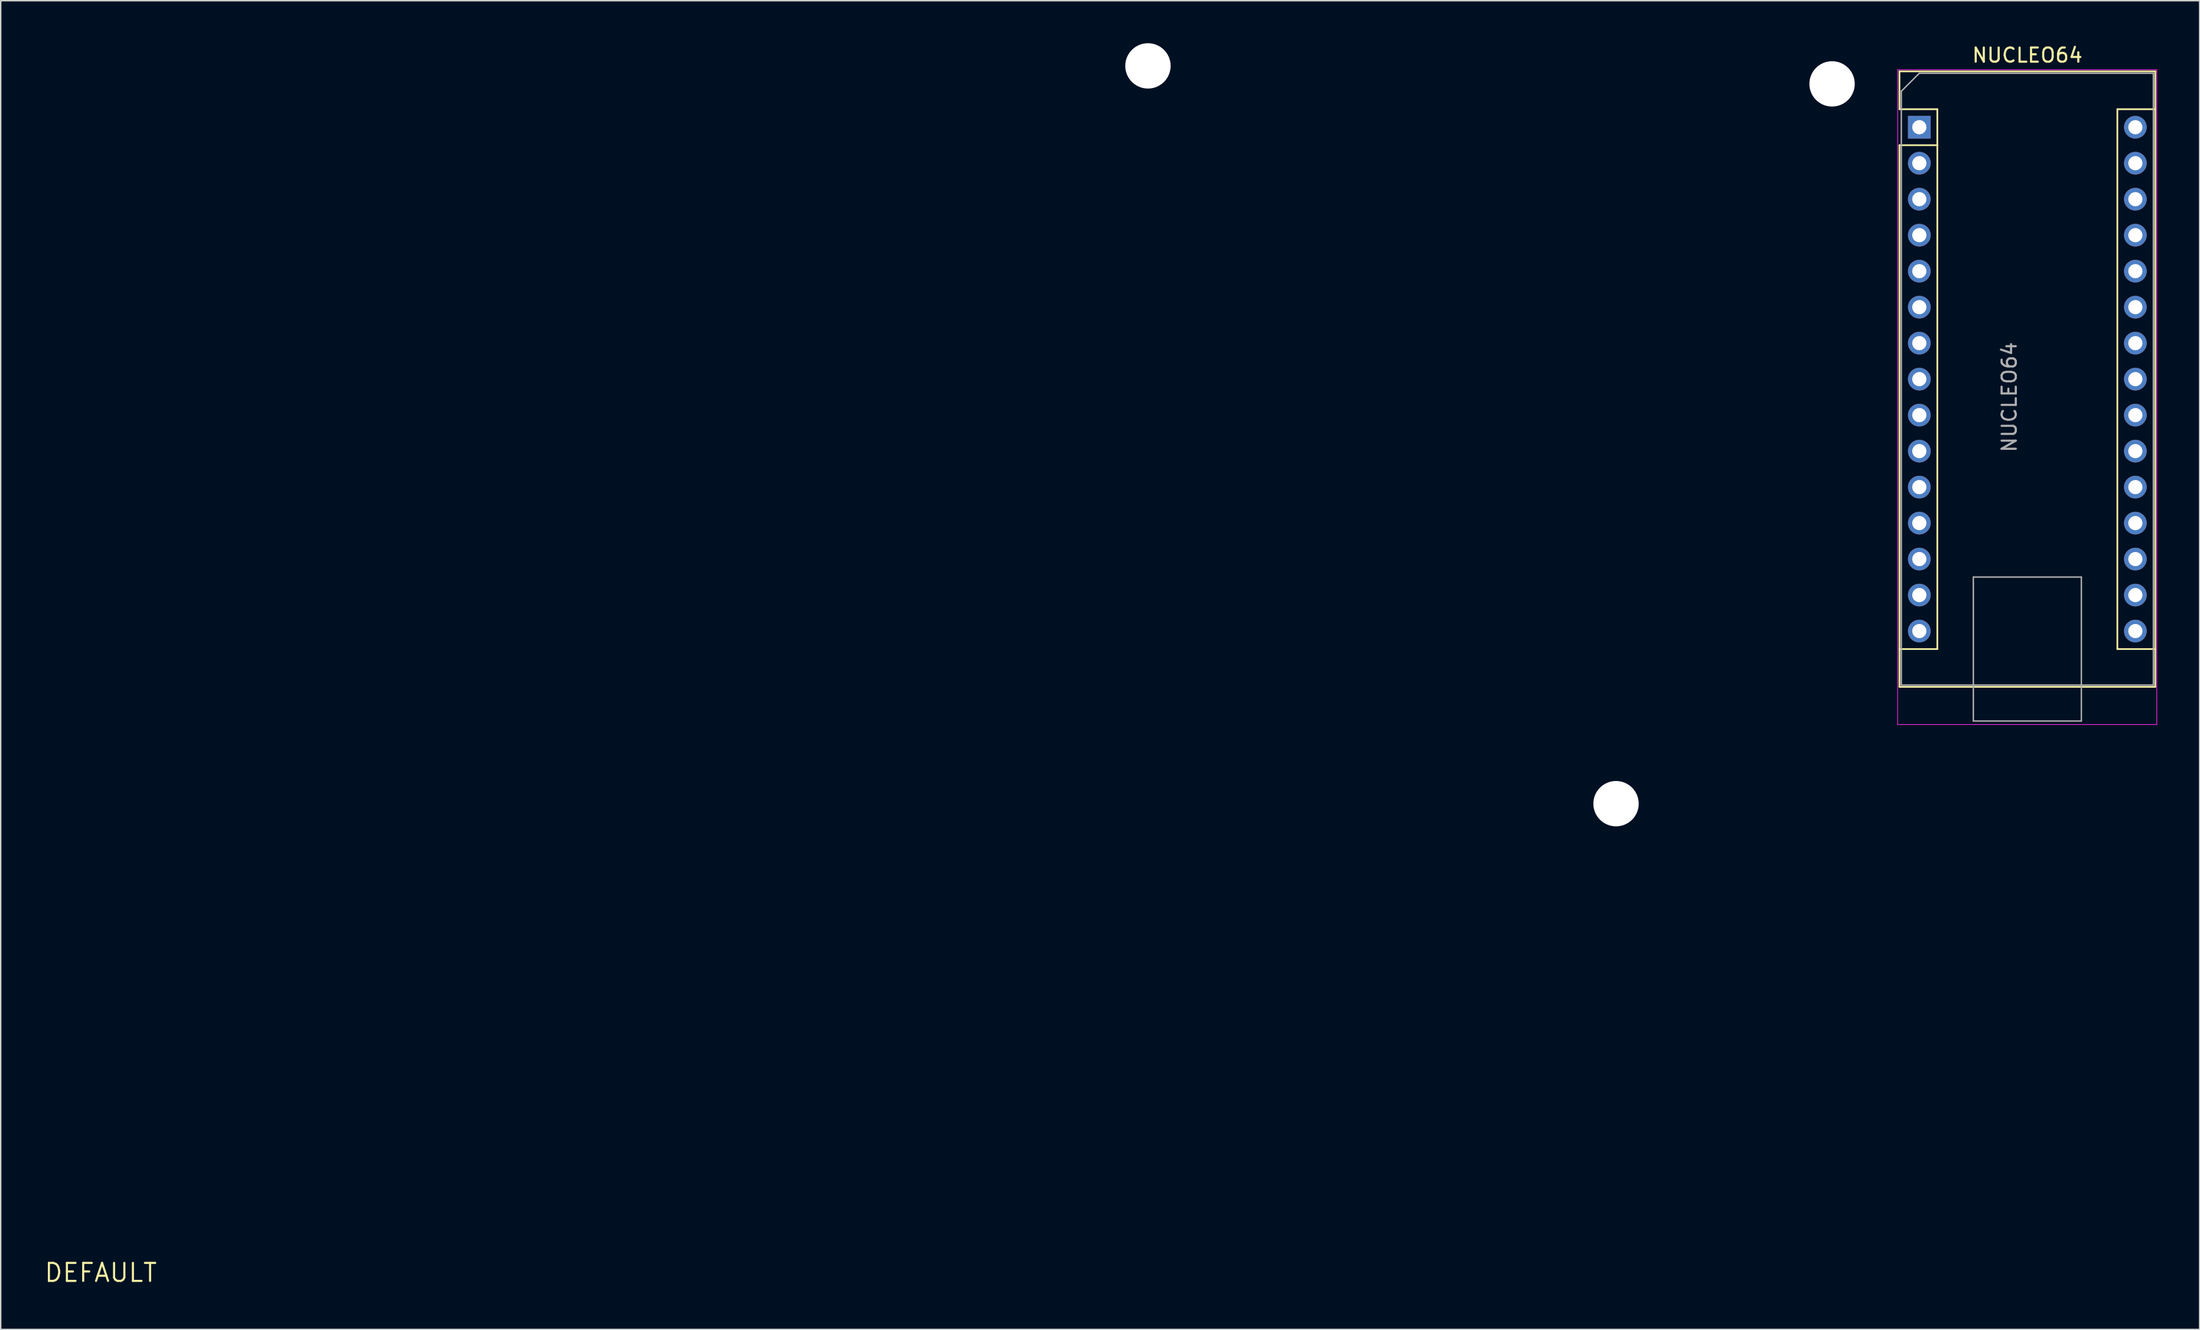
<source format=kicad_pcb>
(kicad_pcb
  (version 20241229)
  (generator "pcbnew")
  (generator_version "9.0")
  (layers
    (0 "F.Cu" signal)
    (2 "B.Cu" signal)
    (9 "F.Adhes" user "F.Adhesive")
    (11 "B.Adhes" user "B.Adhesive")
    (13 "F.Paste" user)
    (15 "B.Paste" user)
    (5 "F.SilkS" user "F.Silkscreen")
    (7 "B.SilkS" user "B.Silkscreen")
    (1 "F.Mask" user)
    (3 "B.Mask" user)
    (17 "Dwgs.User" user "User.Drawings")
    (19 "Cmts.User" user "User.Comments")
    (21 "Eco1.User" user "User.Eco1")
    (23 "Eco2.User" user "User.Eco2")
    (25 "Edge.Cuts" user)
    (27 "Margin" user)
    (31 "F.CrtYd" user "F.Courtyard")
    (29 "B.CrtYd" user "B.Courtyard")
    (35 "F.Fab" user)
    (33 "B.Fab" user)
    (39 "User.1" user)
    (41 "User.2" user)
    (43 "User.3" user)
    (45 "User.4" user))
  (footprint "DEFAULT"
    (layer "F.Cu")
    (at 4.059 86.77)
    (property "Reference" "DEFAULT" (at 0 0 0) (layer "F.SilkS") (effects (font (size 1.27 1.27) (thickness 0.15))))
    (attr smd)
    (pad "" np_thru_hole circle (at 73.87 -85.17 90) (size 3.2 3.2) (drill 3.2) (layers "*.Cu"))
    (pad "" np_thru_hole circle (at 106.89 -33.1 90) (size 3.2 3.2) (drill 3.2) (layers "*.Cu"))
    (pad "" np_thru_hole circle (at 122.13 -83.9 90) (size 3.2 3.2) (drill 3.2) (layers "*.Cu")))
  (footprint "NUCLEO64"
    (layer "F.Cu")
    (at 132.344 5.928)
    (property "Reference" "NUCLEO64" (at 7.62 -5.08 0) (layer "F.SilkS") (effects (font (size 1 1) (thickness 0.15))))
    (attr through_hole)
    (fp_line (start -1.4 -3.94) (end -1.4 -1.27) (stroke (width 0.12) (type solid)) (layer "F.SilkS"))
    (fp_line (start -1.4 1.27) (end -1.4 39.5) (stroke (width 0.12) (type solid)) (layer "F.SilkS"))
    (fp_line (start -1.4 39.5) (end 16.64 39.5) (stroke (width 0.12) (type solid)) (layer "F.SilkS"))
    (fp_line (start 1.27 -1.27) (end -1.4 -1.27) (stroke (width 0.12) (type solid)) (layer "F.SilkS"))
    (fp_line (start 1.27 1.27) (end -1.4 1.27) (stroke (width 0.12) (type solid)) (layer "F.SilkS"))
    (fp_line (start 1.27 1.27) (end 1.27 -1.27) (stroke (width 0.12) (type solid)) (layer "F.SilkS"))
    (fp_line (start 1.27 1.27) (end 1.27 36.83) (stroke (width 0.12) (type solid)) (layer "F.SilkS"))
    (fp_line (start 1.27 36.83) (end -1.4 36.83) (stroke (width 0.12) (type solid)) (layer "F.SilkS"))
    (fp_line (start 13.97 -1.27) (end 13.97 36.83) (stroke (width 0.12) (type solid)) (layer "F.SilkS"))
    (fp_line (start 13.97 -1.27) (end 16.64 -1.27) (stroke (width 0.12) (type solid)) (layer "F.SilkS"))
    (fp_line (start 13.97 36.83) (end 16.64 36.83) (stroke (width 0.12) (type solid)) (layer "F.SilkS"))
    (fp_line (start 16.64 -3.94) (end -1.4 -3.94) (stroke (width 0.12) (type solid)) (layer "F.SilkS"))
    (fp_line (start 16.64 39.5) (end 16.64 -3.94) (stroke (width 0.12) (type solid)) (layer "F.SilkS"))
    (fp_line (start -1.53 -4.06) (end -1.53 42.16) (stroke (width 0.05) (type solid)) (layer "F.CrtYd"))
    (fp_line (start -1.53 -4.06) (end 16.75 -4.06) (stroke (width 0.05) (type solid)) (layer "F.CrtYd"))
    (fp_line (start 16.75 42.16) (end -1.53 42.16) (stroke (width 0.05) (type solid)) (layer "F.CrtYd"))
    (fp_line (start 16.75 42.16) (end 16.75 -4.06) (stroke (width 0.05) (type solid)) (layer "F.CrtYd"))
    (fp_line (start -1.27 -2.54) (end 0 -3.81) (stroke (width 0.1) (type solid)) (layer "F.Fab"))
    (fp_line (start -1.27 39.37) (end -1.27 -2.54) (stroke (width 0.1) (type solid)) (layer "F.Fab"))
    (fp_line (start 0 -3.81) (end 16.51 -3.81) (stroke (width 0.1) (type solid)) (layer "F.Fab"))
    (fp_line (start 3.81 31.75) (end 11.43 31.75) (stroke (width 0.1) (type solid)) (layer "F.Fab"))
    (fp_line (start 3.81 41.91) (end 3.81 31.75) (stroke (width 0.1) (type solid)) (layer "F.Fab"))
    (fp_line (start 11.43 31.75) (end 11.43 41.91) (stroke (width 0.1) (type solid)) (layer "F.Fab"))
    (fp_line (start 11.43 41.91) (end 3.81 41.91) (stroke (width 0.1) (type solid)) (layer "F.Fab"))
    (fp_line (start 16.51 -3.81) (end 16.51 39.37) (stroke (width 0.1) (type solid)) (layer "F.Fab"))
    (fp_line (start 16.51 39.37) (end -1.27 39.37) (stroke (width 0.1) (type solid)) (layer "F.Fab"))
    (fp_text user "${REFERENCE}" (at 6.35 19.05 90) (layer "F.Fab") (effects (font (size 1 1) (thickness 0.15))))
    (pad "1" thru_hole rect (at 0 0) (size 1.6 1.6) (drill 1) (layers "*.Cu" "*.Mask"))
    (pad "2" thru_hole oval (at 0 2.54) (size 1.6 1.6) (drill 1) (layers "*.Cu" "*.Mask"))
    (pad "3" thru_hole oval (at 0 5.08) (size 1.6 1.6) (drill 1) (layers "*.Cu" "*.Mask"))
    (pad "4" thru_hole oval (at 0 7.62) (size 1.6 1.6) (drill 1) (layers "*.Cu" "*.Mask"))
    (pad "5" thru_hole oval (at 0 10.16) (size 1.6 1.6) (drill 1) (layers "*.Cu" "*.Mask"))
    (pad "6" thru_hole oval (at 0 12.7) (size 1.6 1.6) (drill 1) (layers "*.Cu" "*.Mask"))
    (pad "7" thru_hole oval (at 0 15.24) (size 1.6 1.6) (drill 1) (layers "*.Cu" "*.Mask"))
    (pad "8" thru_hole oval (at 0 17.78) (size 1.6 1.6) (drill 1) (layers "*.Cu" "*.Mask"))
    (pad "9" thru_hole oval (at 0 20.32) (size 1.6 1.6) (drill 1) (layers "*.Cu" "*.Mask"))
    (pad "10" thru_hole oval (at 0 22.86) (size 1.6 1.6) (drill 1) (layers "*.Cu" "*.Mask"))
    (pad "11" thru_hole oval (at 0 25.4) (size 1.6 1.6) (drill 1) (layers "*.Cu" "*.Mask"))
    (pad "12" thru_hole oval (at 0 27.94) (size 1.6 1.6) (drill 1) (layers "*.Cu" "*.Mask"))
    (pad "13" thru_hole oval (at 0 30.48) (size 1.6 1.6) (drill 1) (layers "*.Cu" "*.Mask"))
    (pad "14" thru_hole oval (at 0 33.02) (size 1.6 1.6) (drill 1) (layers "*.Cu" "*.Mask"))
    (pad "15" thru_hole oval (at 0 35.56) (size 1.6 1.6) (drill 1) (layers "*.Cu" "*.Mask"))
    (pad "16" thru_hole oval (at 15.24 35.56) (size 1.6 1.6) (drill 1) (layers "*.Cu" "*.Mask"))
    (pad "17" thru_hole oval (at 15.24 33.02) (size 1.6 1.6) (drill 1) (layers "*.Cu" "*.Mask"))
    (pad "18" thru_hole oval (at 15.24 30.48) (size 1.6 1.6) (drill 1) (layers "*.Cu" "*.Mask"))
    (pad "19" thru_hole oval (at 15.24 27.94) (size 1.6 1.6) (drill 1) (layers "*.Cu" "*.Mask"))
    (pad "20" thru_hole oval (at 15.24 25.4) (size 1.6 1.6) (drill 1) (layers "*.Cu" "*.Mask"))
    (pad "21" thru_hole oval (at 15.24 22.86) (size 1.6 1.6) (drill 1) (layers "*.Cu" "*.Mask"))
    (pad "22" thru_hole oval (at 15.24 20.32) (size 1.6 1.6) (drill 1) (layers "*.Cu" "*.Mask"))
    (pad "23" thru_hole oval (at 15.24 17.78) (size 1.6 1.6) (drill 1) (layers "*.Cu" "*.Mask"))
    (pad "24" thru_hole oval (at 15.24 15.24) (size 1.6 1.6) (drill 1) (layers "*.Cu" "*.Mask"))
    (pad "25" thru_hole oval (at 15.24 12.7) (size 1.6 1.6) (drill 1) (layers "*.Cu" "*.Mask"))
    (pad "26" thru_hole oval (at 15.24 10.16) (size 1.6 1.6) (drill 1) (layers "*.Cu" "*.Mask"))
    (pad "27" thru_hole oval (at 15.24 7.62) (size 1.6 1.6) (drill 1) (layers "*.Cu" "*.Mask"))
    (pad "28" thru_hole oval (at 15.24 5.08) (size 1.6 1.6) (drill 1) (layers "*.Cu" "*.Mask"))
    (pad "29" thru_hole oval (at 15.24 2.54) (size 1.6 1.6) (drill 1) (layers "*.Cu" "*.Mask"))
    (pad "30" thru_hole oval (at 15.24 0) (size 1.6 1.6) (drill 1) (layers "*.Cu" "*.Mask")))
  (gr_rect
    (start -3 -3)
    (end 152.119 90.776)
    (stroke (width 0.1) (type default))
    (fill no)
    (layer "Edge.Cuts")))
</source>
